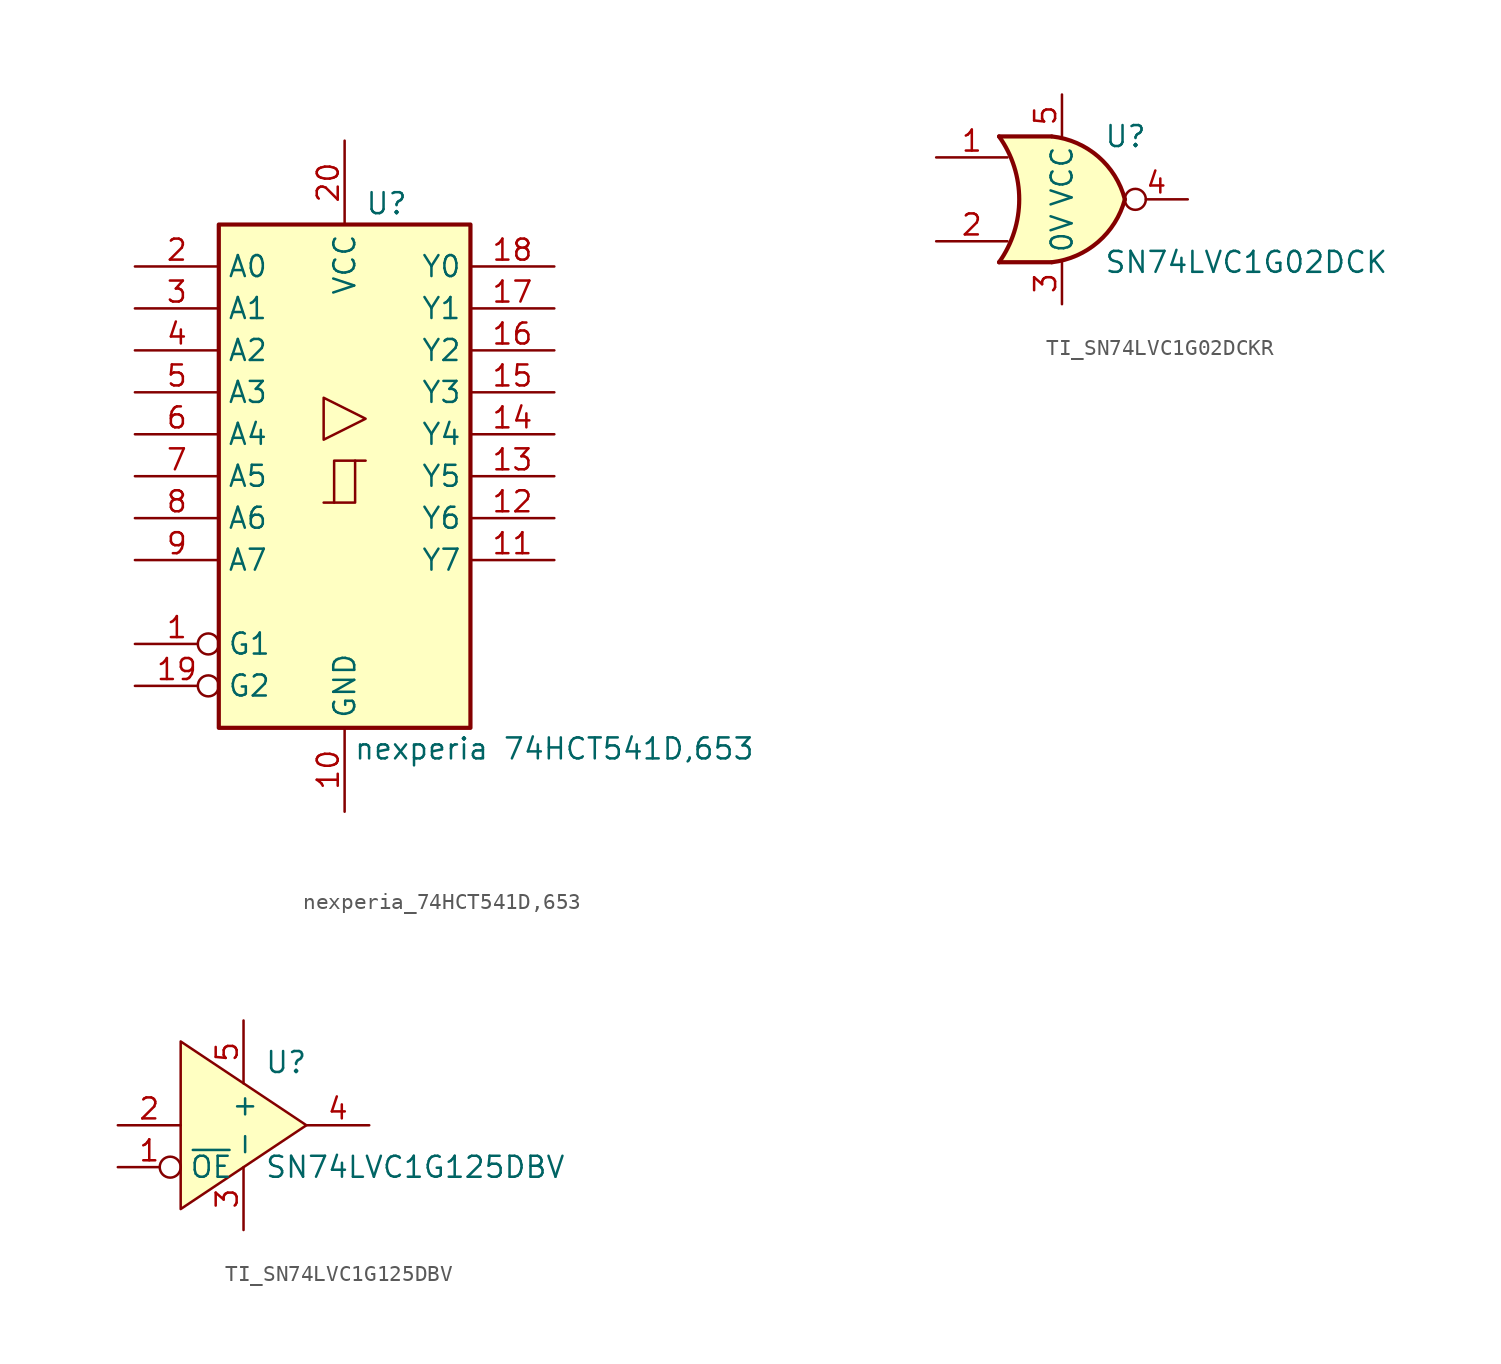
<source format=kicad_sym>
(kicad_symbol_lib
  (version 20220914)
  (generator kicad_symbol_editor)
  (symbol "nexperia_74HCT541D,653"
    (property "Reference" "U"
      (at 2.54 16.51 0)
      (effects (font (size 1.27 1.27))))
    (property "Value" "nexperia 74HCT541D,653"
      (at 12.7 -16.51 0)
      (effects (font (size 1.27 1.27))))
    (symbol "nexperia_74HCT541D,653_1_0"
      (polyline (pts (xy -0.635 -1.6) (xy -0.635 0.94) (xy 0.635 0.94)) (stroke (width 0) (type default)) (fill (type none)))
      (polyline (pts (xy -1.27 -1.6) (xy 0.635 -1.6) (xy 0.635 0.94) (xy 1.27 0.94)) (stroke (width 0) (type default)) (fill (type none)))
      (polyline (pts (xy 1.27 3.48) (xy -1.27 4.75) (xy -1.27 2.21) (xy 1.27 3.48)) (stroke (width 0.152) (type default)) (fill (type none)))
      (pin input inverted (at -12.7 -10.16 0) (length 5.08) (name "G1" (effects (font (size 1.27 1.27)))) (number "1" (effects (font (size 1.27 1.27)))))
      (pin power_in line (at 0 -20.32 90) (length 5.08) (name "GND" (effects (font (size 1.27 1.27)))) (number "10" (effects (font (size 1.27 1.27)))))
      (pin tri_state line (at 12.7 -5.08 180) (length 5.08) (name "Y7" (effects (font (size 1.27 1.27)))) (number "11" (effects (font (size 1.27 1.27)))))
      (pin tri_state line (at 12.7 -2.54 180) (length 5.08) (name "Y6" (effects (font (size 1.27 1.27)))) (number "12" (effects (font (size 1.27 1.27)))))
      (pin tri_state line (at 12.7 0 180) (length 5.08) (name "Y5" (effects (font (size 1.27 1.27)))) (number "13" (effects (font (size 1.27 1.27)))))
      (pin tri_state line (at 12.7 2.54 180) (length 5.08) (name "Y4" (effects (font (size 1.27 1.27)))) (number "14" (effects (font (size 1.27 1.27)))))
      (pin tri_state line (at 12.7 5.08 180) (length 5.08) (name "Y3" (effects (font (size 1.27 1.27)))) (number "15" (effects (font (size 1.27 1.27)))))
      (pin tri_state line (at 12.7 7.62 180) (length 5.08) (name "Y2" (effects (font (size 1.27 1.27)))) (number "16" (effects (font (size 1.27 1.27)))))
      (pin tri_state line (at 12.7 10.16 180) (length 5.08) (name "Y1" (effects (font (size 1.27 1.27)))) (number "17" (effects (font (size 1.27 1.27)))))
      (pin tri_state line (at 12.7 12.7 180) (length 5.08) (name "Y0" (effects (font (size 1.27 1.27)))) (number "18" (effects (font (size 1.27 1.27)))))
      (pin input inverted (at -12.7 -12.7 0) (length 5.08) (name "G2" (effects (font (size 1.27 1.27)))) (number "19" (effects (font (size 1.27 1.27)))))
      (pin input line (at -12.7 12.7 0) (length 5.08) (name "A0" (effects (font (size 1.27 1.27)))) (number "2" (effects (font (size 1.27 1.27)))))
      (pin power_in line (at 0 20.32 270) (length 5.08) (name "VCC" (effects (font (size 1.27 1.27)))) (number "20" (effects (font (size 1.27 1.27)))))
      (pin input line (at -12.7 10.16 0) (length 5.08) (name "A1" (effects (font (size 1.27 1.27)))) (number "3" (effects (font (size 1.27 1.27)))))
      (pin input line (at -12.7 7.62 0) (length 5.08) (name "A2" (effects (font (size 1.27 1.27)))) (number "4" (effects (font (size 1.27 1.27)))))
      (pin input line (at -12.7 5.08 0) (length 5.08) (name "A3" (effects (font (size 1.27 1.27)))) (number "5" (effects (font (size 1.27 1.27)))))
      (pin input line (at -12.7 2.54 0) (length 5.08) (name "A4" (effects (font (size 1.27 1.27)))) (number "6" (effects (font (size 1.27 1.27)))))
      (pin input line (at -12.7 0 0) (length 5.08) (name "A5" (effects (font (size 1.27 1.27)))) (number "7" (effects (font (size 1.27 1.27)))))
      (pin input line (at -12.7 -2.54 0) (length 5.08) (name "A6" (effects (font (size 1.27 1.27)))) (number "8" (effects (font (size 1.27 1.27)))))
      (pin input line (at -12.7 -5.08 0) (length 5.08) (name "A7" (effects (font (size 1.27 1.27)))) (number "9" (effects (font (size 1.27 1.27))))))
    (symbol "nexperia_74HCT541D,653_1_1"
      (rectangle (start -7.62 15.24) (end 7.62 -15.24) (stroke (width 0.254) (type default)) (fill (type background)))))
  (symbol "TI_SN74LVC1G02DCKR"
    (property "Reference" "U"
      (at 2.54 3.81 0)
      (do_not_autoplace)
      (effects (font (size 1.27 1.27)) (justify left)))
    (property "Value" "SN74LVC1G02DCK"
      (at 2.54 -3.81 0)
      (do_not_autoplace)
      (effects (font (size 1.27 1.27)) (justify left)))
    (symbol "TI_SN74LVC1G02DCKR_1_1"
      (arc (start -3.81 -3.81) (mid -2.589 0) (end -3.81 3.81) (stroke (width 0.254) (type default)) (fill (type none)))
      (arc (start -0.6096 -3.81) (mid 2.1842 -2.5851) (end 3.81 0) (stroke (width 0.254) (type default)) (fill (type background)))
      (polyline (pts (xy -3.81 -3.81) (xy -0.635 -3.81)) (stroke (width 0.254) (type default)) (fill (type background)))
      (polyline (pts (xy -3.81 3.81) (xy -0.635 3.81)) (stroke (width 0.254) (type default)) (fill (type background)))
      (polyline (pts (xy -0.635 3.81) (xy -3.81 3.81) (xy -3.81 3.81) (xy -3.556 3.404) (xy -3.023 2.261) (xy -2.692 1.041) (xy -2.616 -0.254) (xy -2.769 -1.499) (xy -3.175 -2.718) (xy -3.81 -3.81) (xy -3.81 -3.81) (xy -0.635 -3.81)) (stroke (width -25.4) (type default)) (fill (type background)))
      (arc (start 3.81 0) (mid 2.1915 2.5936) (end -0.6096 3.81) (stroke (width 0.254) (type default)) (fill (type background)))
      (pin input line (at -7.62 2.54 0) (length 4.318) (name "~" (effects (font (size 1.27 1.27)))) (number "1" (effects (font (size 1.27 1.27)))))
      (pin input line (at -7.62 -2.54 0) (length 4.318) (name "~" (effects (font (size 1.27 1.27)))) (number "2" (effects (font (size 1.27 1.27)))))
      (pin passive line (at 0 -6.35 90) (length 2.54) (name "0V" (effects (font (size 1.27 1.27)))) (number "3" (effects (font (size 1.27 1.27)))))
      (pin output inverted (at 7.62 0 180) (length 3.81) (name "~" (effects (font (size 1.27 1.27)))) (number "4" (effects (font (size 1.27 1.27)))))
      (pin passive line (at 0 6.35 270) (length 2.54) (name "VCC" (effects (font (size 1.27 1.27)))) (number "5" (effects (font (size 1.27 1.27)))))))
  (symbol "TI_SN74LVC1G125DBV"
    (property "Reference" "U"
      (at 1.27 3.81 0)
      (do_not_autoplace)
      (effects (font (size 1.27 1.27)) (justify left)))
    (property "Value" "SN74LVC1G125DBV"
      (at 1.27 -2.54 0)
      (do_not_autoplace)
      (effects (font (size 1.27 1.27)) (justify left)))
    (symbol "TI_SN74LVC1G125DBV_1_0"
      (pin input inverted (at -7.62 -2.54 0) (length 3.81) (name "~{OE}" (effects (font (size 1.27 1.27)))) (number "1" (effects (font (size 1.27 1.27)))))
      (pin input line (at -7.62 0 0) (length 3.81) (name "~" (effects (font (size 1.27 1.27)))) (number "2" (effects (font (size 1.27 1.27)))))
      (pin power_in line (at 0 -6.35 90) (length 3.81) (name "-" (effects (font (size 1.27 1.27)))) (number "3" (effects (font (size 1.27 1.27)))))
      (pin tri_state line (at 7.62 0 180) (length 3.81) (name "~" (effects (font (size 1.27 1.27)))) (number "4" (effects (font (size 1.27 1.27)))))
      (pin power_in line (at 0 6.35 270) (length 3.81) (name "+" (effects (font (size 1.27 1.27)))) (number "5" (effects (font (size 1.27 1.27))))))
    (symbol "TI_SN74LVC1G125DBV_1_1"
      (polyline (pts (xy -3.81 5.08) (xy -3.81 -5.08) (xy 3.81 0) (xy -3.81 5.08)) (stroke (width 0) (type default)) (fill (type background))))))
</source>
